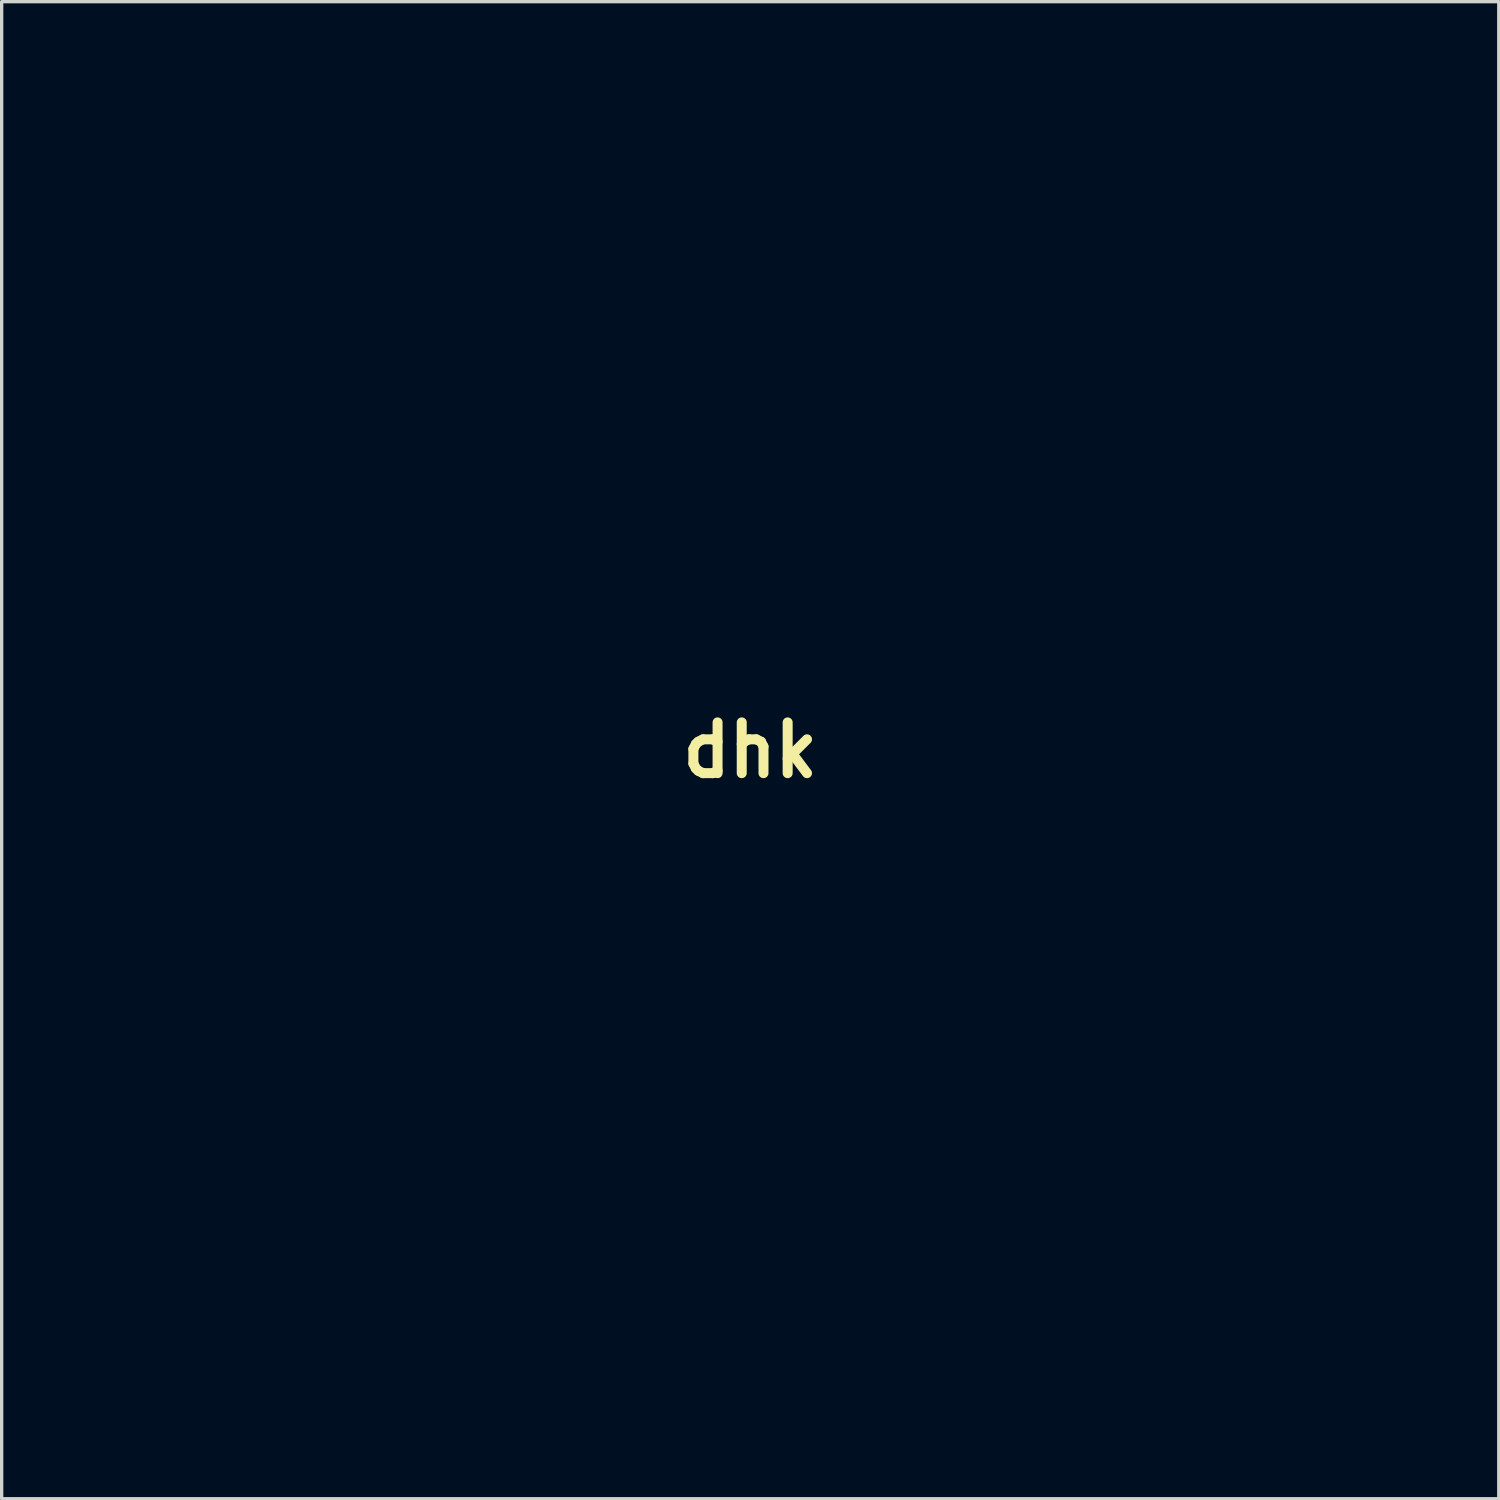
<source format=kicad_pcb>
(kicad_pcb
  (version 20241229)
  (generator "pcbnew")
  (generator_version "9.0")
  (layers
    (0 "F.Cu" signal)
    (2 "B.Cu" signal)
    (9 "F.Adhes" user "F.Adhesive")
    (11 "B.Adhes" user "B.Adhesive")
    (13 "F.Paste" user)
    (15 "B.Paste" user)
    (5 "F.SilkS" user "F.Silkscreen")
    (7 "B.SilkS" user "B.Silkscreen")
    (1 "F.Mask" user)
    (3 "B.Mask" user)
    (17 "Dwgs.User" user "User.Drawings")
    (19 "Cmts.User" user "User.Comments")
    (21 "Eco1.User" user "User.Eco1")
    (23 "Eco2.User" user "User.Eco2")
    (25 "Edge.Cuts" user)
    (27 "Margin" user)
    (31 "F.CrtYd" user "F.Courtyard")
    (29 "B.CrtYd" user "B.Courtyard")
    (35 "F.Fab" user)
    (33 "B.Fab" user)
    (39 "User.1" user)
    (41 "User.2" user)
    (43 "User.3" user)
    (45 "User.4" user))
  (footprint "dhk"
    (layer "F.Cu")
    (at 19.473 19.473)
    (property "Reference" "dhk" (at 0 0 0) (layer "F.SilkS") (effects (font (size 1.524 1.524) (thickness 0.3))))
    (attr board_only exclude_from_pos_files exclude_from_bom)
    (fp_poly (pts (xy -2.647 10.502) (xy -1.074 10.502) (xy -0.151 10.503) (xy 11.811 10.507) (xy 10.922 11.359) (xy 9.901 12.269) (xy 8.858 13.052) (xy 7.737 13.746) (xy 6.946 14.166) (xy 6.368 14.448) (xy 5.839 14.685) (xy 5.326 14.888) (xy 4.794 15.068) (xy 4.21 15.236) (xy 3.54 15.404) (xy 2.751 15.581) (xy 2.371 15.662) (xy 2.107 15.699) (xy 1.709 15.731) (xy 1.21 15.757) (xy 0.645 15.777) (xy 0.049 15.791) (xy -0.544 15.796) (xy -1.101 15.794) (xy -1.585 15.782) (xy -1.963 15.761) (xy -2.074 15.75) (xy -3.331 15.547) (xy -3.937 15.413) (xy -4.262 15.336) (xy -4.593 15.257) (xy -4.614 15.252) (xy -5.427 15.01) (xy -6.319 14.66) (xy -7.259 14.216) (xy -8.213 13.697) (xy -9.147 13.117) (xy -9.659 12.765) (xy -10.029 12.488) (xy -10.432 12.165) (xy -10.84 11.82) (xy -11.228 11.476) (xy -11.569 11.157) (xy -11.836 10.886) (xy -12.004 10.688) (xy -12.03 10.647) (xy -12.036 10.626) (xy -12.023 10.608) (xy -11.983 10.591) (xy -11.908 10.576) (xy -11.79 10.563) (xy -11.621 10.551) (xy -11.393 10.541) (xy -11.098 10.533) (xy -10.726 10.525) (xy -10.272 10.519) (xy -9.725 10.514) (xy -9.079 10.51) (xy -8.324 10.507) (xy -7.454 10.505) (xy -6.459 10.503) (xy -5.332 10.502) (xy -4.064 10.502)) (stroke (width 0) (type solid)) (fill yes) (layer "F.Mask"))
    (fp_poly (pts (xy -1.937 -16.037) (xy -1.932 -15.986) (xy -1.954 -15.891) (xy -2.009 -15.741) (xy -2.101 -15.525) (xy -2.236 -15.234) (xy -2.418 -14.854) (xy -2.652 -14.376) (xy -2.944 -13.789) (xy -3.299 -13.081) (xy -3.721 -12.243) (xy -4.116 -11.458) (xy -4.616 -10.467) (xy -5.174 -9.36) (xy -5.773 -8.171) (xy -6.395 -6.935) (xy -7.022 -5.687) (xy -7.638 -4.463) (xy -8.225 -3.296) (xy -8.765 -2.222) (xy -8.923 -1.907) (xy -9.35 -1.057) (xy -9.755 -0.251) (xy -10.133 0.498) (xy -10.476 1.177) (xy -10.778 1.773) (xy -11.033 2.274) (xy -11.233 2.667) (xy -11.373 2.938) (xy -11.446 3.075) (xy -11.454 3.089) (xy -11.507 3.183) (xy -11.625 3.411) (xy -11.8 3.752) (xy -12.021 4.189) (xy -12.279 4.703) (xy -12.565 5.275) (xy -12.736 5.616) (xy -13.031 6.204) (xy -13.302 6.737) (xy -13.542 7.197) (xy -13.739 7.568) (xy -13.886 7.831) (xy -13.974 7.97) (xy -13.993 7.987) (xy -14.733 6.594) (xy -15.316 5.149) (xy -15.745 3.646) (xy -16.022 2.079) (xy -16.147 0.441) (xy -16.146 -0.764) (xy -16.119 -1.438) (xy -16.081 -1.997) (xy -16.025 -2.496) (xy -15.943 -2.989) (xy -15.828 -3.532) (xy -15.691 -4.101) (xy -15.394 -5.17) (xy -15.046 -6.149) (xy -14.623 -7.099) (xy -14.102 -8.078) (xy -13.9 -8.424) (xy -13.11 -9.605) (xy -12.177 -10.746) (xy -11.125 -11.821) (xy -9.98 -12.805) (xy -8.766 -13.672) (xy -8.763 -13.674) (xy -8.314 -13.943) (xy -7.77 -14.237) (xy -7.17 -14.536) (xy -6.556 -14.822) (xy -5.967 -15.077) (xy -5.444 -15.281) (xy -5.038 -15.413) (xy -4.299 -15.608) (xy -3.694 -15.755) (xy -3.194 -15.859) (xy -2.836 -15.918) (xy -2.5 -15.968) (xy -2.2 -16.017) (xy -2.009 -16.052) (xy -1.965 -16.055)) (stroke (width 0) (type solid)) (fill yes) (layer "F.Mask"))
    (fp_poly (pts (xy 1.484 -16.07) (xy 1.819 -16.028) (xy 1.922 -16.011) (xy 2.226 -15.955) (xy 2.606 -15.888) (xy 2.921 -15.834) (xy 4.146 -15.555) (xy 5.428 -15.124) (xy 6.759 -14.545) (xy 7.832 -13.989) (xy 8.46 -13.604) (xy 9.143 -13.123) (xy 9.847 -12.573) (xy 10.54 -11.982) (xy 11.189 -11.379) (xy 11.762 -10.791) (xy 12.227 -10.247) (xy 12.325 -10.118) (xy 12.505 -9.88) (xy 12.669 -9.675) (xy 12.721 -9.615) (xy 12.833 -9.47) (xy 12.869 -9.388) (xy 12.921 -9.281) (xy 12.977 -9.214) (xy 13.173 -8.965) (xy 13.417 -8.58) (xy 13.698 -8.08) (xy 14.003 -7.485) (xy 14.044 -7.402) (xy 14.23 -7.021) (xy 14.399 -6.678) (xy 14.53 -6.412) (xy 14.603 -6.265) (xy 14.748 -5.932) (xy 14.911 -5.476) (xy 15.079 -4.944) (xy 15.239 -4.379) (xy 15.378 -3.827) (xy 15.482 -3.332) (xy 15.494 -3.26) (xy 15.559 -2.886) (xy 15.626 -2.512) (xy 15.672 -2.261) (xy 15.724 -1.841) (xy 15.754 -1.29) (xy 15.763 -0.644) (xy 15.752 0.061) (xy 15.724 0.788) (xy 15.678 1.5) (xy 15.617 2.161) (xy 15.542 2.736) (xy 15.458 3.175) (xy 15.419 3.34) (xy 15.354 3.612) (xy 15.279 3.932) (xy 15.278 3.937) (xy 15.082 4.683) (xy 14.875 5.299) (xy 14.737 5.63) (xy 14.614 5.907) (xy 14.467 6.244) (xy 14.386 6.435) (xy 14.23 6.775) (xy 14.038 7.158) (xy 13.91 7.395) (xy 13.768 7.655) (xy 13.668 7.855) (xy 13.631 7.95) (xy 13.585 8.051) (xy 13.471 8.226) (xy 13.435 8.276) (xy 13.239 8.542) (xy 11.551 5.15) (xy 11.191 4.425) (xy 10.844 3.73) (xy 10.52 3.083) (xy 10.229 2.502) (xy 9.979 2.006) (xy 9.781 1.612) (xy 9.642 1.34) (xy 9.589 1.239) (xy 9.534 1.133) (xy 9.455 0.979) (xy 9.349 0.77) (xy 9.211 0.5) (xy 9.041 0.163) (xy 8.833 -0.248) (xy 8.585 -0.739) (xy 8.295 -1.316) (xy 7.957 -1.986) (xy 7.571 -2.755) (xy 7.132 -3.628) (xy 6.637 -4.613) (xy 6.083 -5.716) (xy 5.467 -6.942) (xy 4.785 -8.299) (xy 4.036 -9.792) (xy 3.214 -11.427) (xy 2.883 -12.086) (xy 0.875 -16.087) (xy 1.195 -16.087)) (stroke (width 0) (type solid)) (fill yes) (layer "F.Mask"))
    (fp_poly (pts (xy -0.21 -15.334) (xy -0.097 -15.121) (xy 0.079 -14.782) (xy 0.312 -14.328) (xy 0.595 -13.773) (xy 0.921 -13.128) (xy 1.285 -12.407) (xy 1.68 -11.621) (xy 2.1 -10.784) (xy 2.297 -10.392) (xy 2.731 -9.524) (xy 3.229 -8.528) (xy 3.781 -7.426) (xy 4.375 -6.24) (xy 4.998 -4.995) (xy 5.641 -3.712) (xy 6.291 -2.414) (xy 6.937 -1.125) (xy 7.568 0.134) (xy 8.173 1.339) (xy 8.403 1.799) (xy 12.001 8.975) (xy -0.265 8.975) (xy -1.692 8.974) (xy -3.071 8.973) (xy -4.395 8.972) (xy -5.652 8.97) (xy -6.834 8.968) (xy -7.931 8.965) (xy -8.935 8.961) (xy -9.834 8.958) (xy -10.621 8.953) (xy -11.286 8.949) (xy -11.818 8.944) (xy -12.209 8.939) (xy -12.45 8.934) (xy -12.531 8.929) (xy -12.517 8.896) (xy -12.474 8.806) (xy -12.4 8.653) (xy -12.291 8.433) (xy -12.146 8.14) (xy -11.961 7.769) (xy -11.733 7.315) (xy -11.461 6.772) (xy -11.418 6.685) (xy -9.989 6.685) (xy -9.873 7.088) (xy -9.606 7.464) (xy -9.194 7.798) (xy -9.109 7.85) (xy -8.823 7.938) (xy -8.463 7.943) (xy -8.101 7.865) (xy -8.033 7.839) (xy -7.648 7.591) (xy -7.369 7.231) (xy -7.298 7.025) (xy 7.212 7.025) (xy 7.341 7.435) (xy 7.63 7.821) (xy 7.658 7.85) (xy 7.862 8.045) (xy 8.022 8.153) (xy 8.204 8.201) (xy 8.471 8.212) (xy 8.581 8.213) (xy 8.889 8.207) (xy 9.092 8.172) (xy 9.257 8.084) (xy 9.449 7.916) (xy 9.516 7.853) (xy 9.821 7.462) (xy 9.973 7.038) (xy 9.969 6.605) (xy 9.807 6.188) (xy 9.674 6.002) (xy 9.335 5.713) (xy 8.94 5.553) (xy 8.522 5.515) (xy 8.113 5.593) (xy 7.745 5.778) (xy 7.451 6.063) (xy 7.263 6.441) (xy 7.233 6.564) (xy 7.212 7.025) (xy -7.298 7.025) (xy -7.217 6.794) (xy -7.197 6.553) (xy -7.268 6.152) (xy -7.489 5.778) (xy -7.746 5.516) (xy -7.943 5.362) (xy -8.128 5.282) (xy -8.371 5.252) (xy -8.557 5.249) (xy -8.969 5.282) (xy -9.283 5.4) (xy -9.556 5.631) (xy -9.749 5.873) (xy -9.95 6.274) (xy -9.989 6.685) (xy -11.418 6.685) (xy -11.142 6.136) (xy -10.772 5.4) (xy -10.349 4.56) (xy -9.871 3.611) (xy -9.336 2.547) (xy -8.739 1.363) (xy -8.079 0.054) (xy -7.353 -1.386) (xy -6.559 -2.961) (xy -5.693 -4.678) (xy -4.807 -6.435) (xy -4.385 -7.272) (xy -3.918 -8.199) (xy -3.428 -9.173) (xy -2.936 -10.152) (xy -2.872 -10.279) (xy -1.78 -10.279) (xy -1.656 -9.879) (xy -1.521 -9.662) (xy -1.158 -9.27) (xy -0.757 -9.041) (xy -0.323 -8.976) (xy 0.138 -9.077) (xy 0.18 -9.094) (xy 0.564 -9.342) (xy 0.844 -9.703) (xy 0.995 -10.14) (xy 1.016 -10.381) (xy 0.941 -10.766) (xy 0.742 -11.146) (xy 0.455 -11.467) (xy 0.147 -11.663) (xy -0.301 -11.769) (xy -0.732 -11.71) (xy -1.135 -11.49) (xy -1.499 -11.112) (xy -1.521 -11.081) (xy -1.735 -10.677) (xy -1.78 -10.279) (xy -2.872 -10.279) (xy -2.462 -11.094) (xy -2.029 -11.958) (xy -1.752 -12.509) (xy -1.427 -13.156) (xy -1.125 -13.752) (xy -0.854 -14.281) (xy -0.624 -14.728) (xy -0.442 -15.075) (xy -0.317 -15.306) (xy -0.258 -15.406) (xy -0.255 -15.408)) (stroke (width 0) (type solid)) (fill yes) (layer "F.Mask"))
    (fp_poly (pts (xy 19.473 19.473) (xy -19.473 19.473) (xy -19.473 -0.803) (xy -17.586 -0.803) (xy -17.576 0.603) (xy -17.457 2.019) (xy -17.234 3.409) (xy -16.912 4.736) (xy -16.496 5.961) (xy -16.424 6.138) (xy -15.704 7.691) (xy -14.892 9.112) (xy -13.975 10.421) (xy -12.942 11.634) (xy -12.785 11.8) (xy -12.29 12.288) (xy -11.719 12.805) (xy -11.116 13.312) (xy -10.526 13.775) (xy -9.991 14.156) (xy -9.864 14.239) (xy -9.583 14.42) (xy -9.341 14.582) (xy -9.192 14.688) (xy -9.001 14.808) (xy -8.688 14.977) (xy -8.287 15.179) (xy -7.83 15.397) (xy -7.351 15.616) (xy -6.886 15.82) (xy -6.467 15.993) (xy -6.223 16.085) (xy -5.354 16.383) (xy -4.578 16.611) (xy -3.837 16.784) (xy -3.077 16.916) (xy -2.913 16.94) (xy -2.596 16.987) (xy -2.35 17.031) (xy -2.219 17.062) (xy -2.208 17.068) (xy -2.117 17.078) (xy -1.881 17.087) (xy -1.526 17.094) (xy -1.075 17.1) (xy -0.555 17.102) (xy -0.313 17.103) (xy 0.397 17.099) (xy 0.976 17.086) (xy 1.464 17.063) (xy 1.899 17.025) (xy 2.32 16.972) (xy 2.615 16.926) (xy 3.073 16.846) (xy 3.518 16.761) (xy 3.897 16.682) (xy 4.149 16.622) (xy 4.46 16.538) (xy 4.745 16.461) (xy 4.868 16.429) (xy 5.132 16.349) (xy 5.334 16.274) (xy 5.527 16.197) (xy 5.809 16.088) (xy 6.054 15.996) (xy 7.251 15.483) (xy 8.446 14.845) (xy 9.615 14.104) (xy 10.734 13.276) (xy 11.781 12.381) (xy 12.732 11.438) (xy 13.563 10.465) (xy 14.25 9.482) (xy 14.309 9.386) (xy 14.456 9.155) (xy 14.585 8.975) (xy 14.624 8.928) (xy 14.74 8.767) (xy 14.907 8.48) (xy 15.11 8.096) (xy 15.334 7.646) (xy 15.564 7.159) (xy 15.786 6.665) (xy 15.985 6.195) (xy 15.99 6.181) (xy 16.404 5.026) (xy 16.748 3.796) (xy 17 2.581) (xy 17.027 2.413) (xy 17.073 2.007) (xy 17.107 1.474) (xy 17.131 0.85) (xy 17.143 0.174) (xy 17.144 -0.519) (xy 17.134 -1.193) (xy 17.113 -1.81) (xy 17.081 -2.334) (xy 17.037 -2.728) (xy 17.033 -2.752) (xy 16.904 -3.475) (xy 16.765 -4.124) (xy 16.603 -4.743) (xy 16.406 -5.378) (xy 16.161 -6.073) (xy 15.854 -6.874) (xy 15.843 -6.9) (xy 15.738 -7.147) (xy 15.588 -7.468) (xy 15.41 -7.832) (xy 15.22 -8.208) (xy 15.034 -8.566) (xy 14.868 -8.874) (xy 14.737 -9.103) (xy 14.658 -9.22) (xy 14.645 -9.229) (xy 14.574 -9.298) (xy 14.484 -9.468) (xy 14.478 -9.483) (xy 14.389 -9.657) (xy 14.316 -9.736) (xy 14.312 -9.737) (xy 14.236 -9.805) (xy 14.159 -9.94) (xy 13.942 -10.315) (xy 13.606 -10.768) (xy 13.17 -11.28) (xy 12.654 -11.832) (xy 12.076 -12.405) (xy 11.455 -12.981) (xy 10.812 -13.539) (xy 10.165 -14.062) (xy 9.535 -14.53) (xy 9.356 -14.654) (xy 8.859 -14.967) (xy 8.258 -15.305) (xy 7.595 -15.649) (xy 6.91 -15.979) (xy 6.247 -16.273) (xy 5.647 -16.513) (xy 5.207 -16.661) (xy 4.45 -16.877) (xy 3.795 -17.048) (xy 3.201 -17.177) (xy 2.63 -17.272) (xy 2.045 -17.335) (xy 1.405 -17.374) (xy 0.673 -17.394) (xy -0.169 -17.399) (xy -0.919 -17.394) (xy -1.596 -17.379) (xy -2.177 -17.356) (xy -2.635 -17.325) (xy -2.914 -17.292) (xy -4.049 -17.072) (xy -5.167 -16.782) (xy -6.216 -16.437) (xy -7.1 -16.073) (xy -7.459 -15.907) (xy -7.796 -15.752) (xy -8.055 -15.632) (xy -8.128 -15.598) (xy -8.42 -15.449) (xy -8.806 -15.23) (xy -9.242 -14.968) (xy -9.683 -14.692) (xy -10.085 -14.428) (xy -10.403 -14.204) (xy -10.414 -14.196) (xy -11.384 -13.43) (xy -12.232 -12.682) (xy -12.995 -11.913) (xy -13.711 -11.085) (xy -14.298 -10.326) (xy -14.481 -10.078) (xy -14.629 -9.881) (xy -14.708 -9.779) (xy -14.78 -9.671) (xy -14.91 -9.462) (xy -15.074 -9.191) (xy -15.252 -8.892) (xy -15.421 -8.604) (xy -15.559 -8.363) (xy -15.645 -8.205) (xy -15.663 -8.165) (xy -15.697 -8.079) (xy -15.788 -7.874) (xy -15.922 -7.583) (xy -16.032 -7.346) (xy -16.202 -6.979) (xy -16.355 -6.635) (xy -16.468 -6.366) (xy -16.507 -6.265) (xy -16.599 -6.017) (xy -16.681 -5.812) (xy -16.687 -5.8) (xy -16.799 -5.49) (xy -16.925 -5.047) (xy -17.058 -4.508) (xy -17.188 -3.909) (xy -17.309 -3.284) (xy -17.412 -2.67) (xy -17.483 -2.159) (xy -17.586 -0.803) (xy -19.473 -0.803) (xy -19.473 -19.473) (xy 19.473 -19.473)) (stroke (width 0) (type solid)) (fill yes) (layer "F.Mask")))
  (gr_rect
    (start -3 -3)
    (end 41.947 41.947)
    (stroke (width 0.1) (type default))
    (fill no)
    (layer "Edge.Cuts")))
</source>
